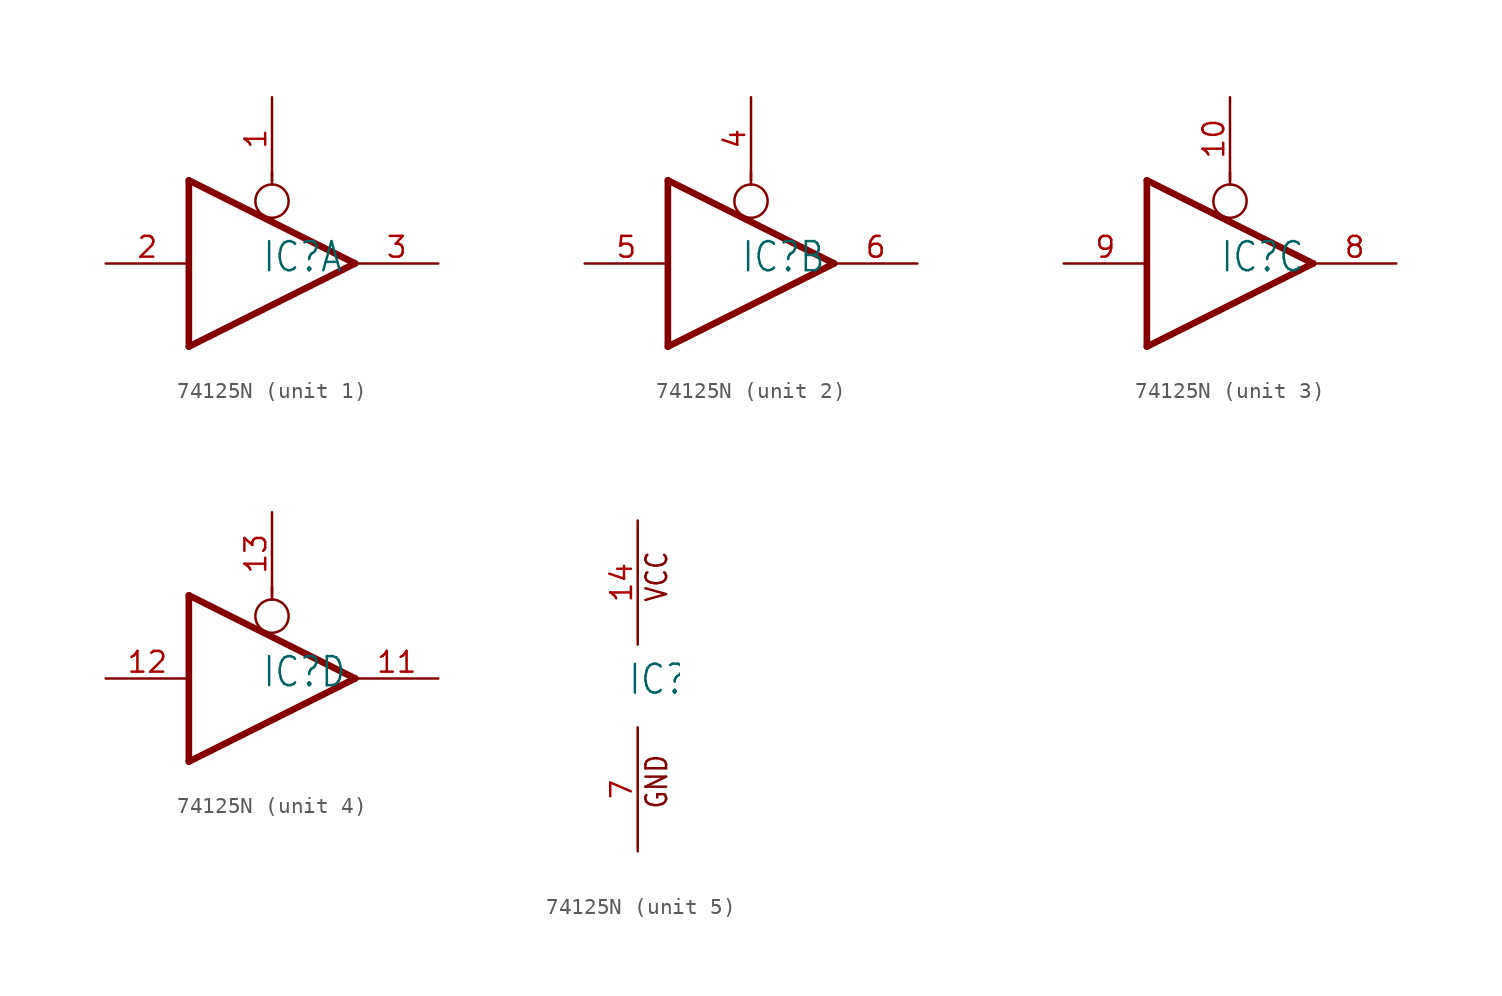
<source format=kicad_sym>
(kicad_symbol_lib
  (version 20220914)
  (generator kicad_symbol_editor)
  (symbol "74125N"
    (property "Reference" "IC"
      (at -0.635 -0.635 0)
      (effects (font (size 1.778 1.511)) (justify left bottom)))
    (property "ki_locked" ""
      (at 0 0 0)
      (effects (font (size 1.27 1.27))))
    (symbol "74125N_1_0"
      (polyline (pts (xy -5.08 -5.08) (xy -5.08 5.08)) (stroke (width 0.406) (type default)) (fill (type none)))
      (polyline (pts (xy 0 4.826) (xy 0 5.588)) (stroke (width 0.152) (type default)) (fill (type none)))
      (polyline (pts (xy 5.08 0) (xy -5.08 -5.08)) (stroke (width 0.406) (type default)) (fill (type none)))
      (polyline (pts (xy 5.08 0) (xy -5.08 5.08)) (stroke (width 0.406) (type default)) (fill (type none)))
      (circle (center 0 3.81) (radius 1.016) (stroke (width 0.152) (type default)) (fill (type none)))
      (pin input line (at 0 10.16 270) (length 5.08) (name "OE" (effects (font (size 0 0)))) (number "1" (effects (font (size 1.27 1.27)))))
      (pin input line (at -10.16 0 0) (length 5.08) (name "I" (effects (font (size 0 0)))) (number "2" (effects (font (size 1.27 1.27)))))
      (pin tri_state line (at 10.16 0 180) (length 5.08) (name "O" (effects (font (size 0 0)))) (number "3" (effects (font (size 1.27 1.27))))))
    (symbol "74125N_2_0"
      (polyline (pts (xy -5.08 -5.08) (xy -5.08 5.08)) (stroke (width 0.406) (type default)) (fill (type none)))
      (polyline (pts (xy 0 4.826) (xy 0 5.588)) (stroke (width 0.152) (type default)) (fill (type none)))
      (polyline (pts (xy 5.08 0) (xy -5.08 -5.08)) (stroke (width 0.406) (type default)) (fill (type none)))
      (polyline (pts (xy 5.08 0) (xy -5.08 5.08)) (stroke (width 0.406) (type default)) (fill (type none)))
      (circle (center 0 3.81) (radius 1.016) (stroke (width 0.152) (type default)) (fill (type none)))
      (pin input line (at 0 10.16 270) (length 5.08) (name "OE" (effects (font (size 0 0)))) (number "4" (effects (font (size 1.27 1.27)))))
      (pin input line (at -10.16 0 0) (length 5.08) (name "I" (effects (font (size 0 0)))) (number "5" (effects (font (size 1.27 1.27)))))
      (pin tri_state line (at 10.16 0 180) (length 5.08) (name "O" (effects (font (size 0 0)))) (number "6" (effects (font (size 1.27 1.27))))))
    (symbol "74125N_3_0"
      (polyline (pts (xy -5.08 -5.08) (xy -5.08 5.08)) (stroke (width 0.406) (type default)) (fill (type none)))
      (polyline (pts (xy 0 4.826) (xy 0 5.588)) (stroke (width 0.152) (type default)) (fill (type none)))
      (polyline (pts (xy 5.08 0) (xy -5.08 -5.08)) (stroke (width 0.406) (type default)) (fill (type none)))
      (polyline (pts (xy 5.08 0) (xy -5.08 5.08)) (stroke (width 0.406) (type default)) (fill (type none)))
      (circle (center 0 3.81) (radius 1.016) (stroke (width 0.152) (type default)) (fill (type none)))
      (pin input line (at 0 10.16 270) (length 5.08) (name "OE" (effects (font (size 0 0)))) (number "10" (effects (font (size 1.27 1.27)))))
      (pin tri_state line (at 10.16 0 180) (length 5.08) (name "O" (effects (font (size 0 0)))) (number "8" (effects (font (size 1.27 1.27)))))
      (pin input line (at -10.16 0 0) (length 5.08) (name "I" (effects (font (size 0 0)))) (number "9" (effects (font (size 1.27 1.27))))))
    (symbol "74125N_4_0"
      (polyline (pts (xy -5.08 -5.08) (xy -5.08 5.08)) (stroke (width 0.406) (type default)) (fill (type none)))
      (polyline (pts (xy 0 4.826) (xy 0 5.588)) (stroke (width 0.152) (type default)) (fill (type none)))
      (polyline (pts (xy 5.08 0) (xy -5.08 -5.08)) (stroke (width 0.406) (type default)) (fill (type none)))
      (polyline (pts (xy 5.08 0) (xy -5.08 5.08)) (stroke (width 0.406) (type default)) (fill (type none)))
      (circle (center 0 3.81) (radius 1.016) (stroke (width 0.152) (type default)) (fill (type none)))
      (pin tri_state line (at 10.16 0 180) (length 5.08) (name "O" (effects (font (size 0 0)))) (number "11" (effects (font (size 1.27 1.27)))))
      (pin input line (at -10.16 0 0) (length 5.08) (name "I" (effects (font (size 0 0)))) (number "12" (effects (font (size 1.27 1.27)))))
      (pin input line (at 0 10.16 270) (length 5.08) (name "OE" (effects (font (size 0 0)))) (number "13" (effects (font (size 1.27 1.27))))))
    (symbol "74125N_5_0"
      (text "GND" (at 1.905 -7.62 900) (effects (font (size 1.27 1.079)) (justify left bottom)))
      (text "VCC" (at 1.905 5.08 900) (effects (font (size 1.27 1.079)) (justify left bottom)))
      (pin power_in line (at 0 10.16 270) (length 7.62) (name "VCC" (effects (font (size 0 0)))) (number "14" (effects (font (size 1.27 1.27)))))
      (pin power_in line (at 0 -10.16 90) (length 7.62) (name "GND" (effects (font (size 0 0)))) (number "7" (effects (font (size 1.27 1.27))))))))
</source>
